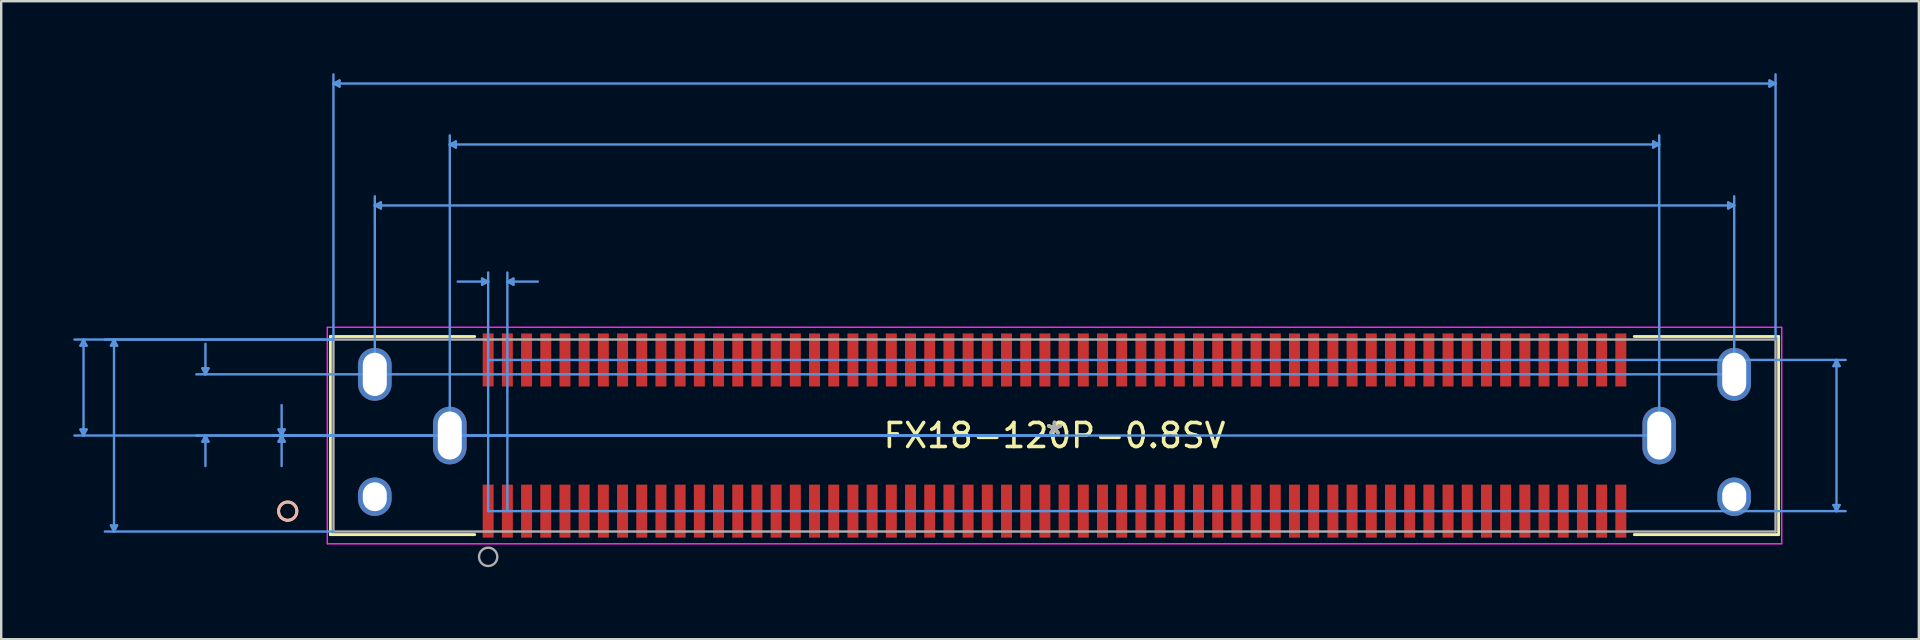
<source format=kicad_pcb>
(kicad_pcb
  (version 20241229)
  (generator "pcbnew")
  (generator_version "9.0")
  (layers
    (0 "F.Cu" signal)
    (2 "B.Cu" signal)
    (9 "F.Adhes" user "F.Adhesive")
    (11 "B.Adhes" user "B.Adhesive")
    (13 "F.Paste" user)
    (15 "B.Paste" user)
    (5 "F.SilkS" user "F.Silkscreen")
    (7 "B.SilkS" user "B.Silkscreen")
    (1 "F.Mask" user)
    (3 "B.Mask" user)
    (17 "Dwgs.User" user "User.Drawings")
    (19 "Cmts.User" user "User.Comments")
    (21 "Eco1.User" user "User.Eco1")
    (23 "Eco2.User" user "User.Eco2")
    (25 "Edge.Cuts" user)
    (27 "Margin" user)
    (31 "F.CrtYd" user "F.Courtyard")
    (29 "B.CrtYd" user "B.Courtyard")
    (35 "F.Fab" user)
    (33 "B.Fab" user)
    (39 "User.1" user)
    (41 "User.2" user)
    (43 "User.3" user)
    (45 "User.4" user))
  (footprint "FX18-120P-0.8SV"
    (layer "F.Cu")
    (at 40.893 15.1)
    (property "Reference" "FX18-120P-0.8SV" (at 0 0 0) (layer "F.SilkS") (effects (font (size 1 1) (thickness 0.15))))
    (attr through_hole)
    (fp_line (start -30.175 -4.128) (end -30.175 4.128) (stroke (width 0.12) (type solid)) (layer "F.SilkS"))
    (fp_line (start -30.175 4.128) (end -24.161 4.128) (stroke (width 0.12) (type solid)) (layer "F.SilkS"))
    (fp_line (start -24.161 -4.128) (end -30.175 -4.128) (stroke (width 0.12) (type solid)) (layer "F.SilkS"))
    (fp_line (start 24.161 4.128) (end 30.175 4.128) (stroke (width 0.12) (type solid)) (layer "F.SilkS"))
    (fp_line (start 30.175 -4.128) (end 24.161 -4.128) (stroke (width 0.12) (type solid)) (layer "F.SilkS"))
    (fp_line (start 30.175 4.128) (end 30.175 -4.128) (stroke (width 0.12) (type solid)) (layer "F.SilkS"))
    (fp_circle (center -31.953 3.15) (end -31.572 3.15) (stroke (width 0.12) (type solid)) (fill no) (layer "F.SilkS"))
    (fp_circle (center -31.953 3.15) (end -31.572 3.15) (stroke (width 0.12) (type solid)) (fill no) (layer "B.SilkS"))
    (fp_line (start -40.589 -3.747) (end -40.335 -3.747) (stroke (width 0.1) (type solid)) (layer "Cmts.User"))
    (fp_line (start -40.589 -0.254) (end -40.335 -0.254) (stroke (width 0.1) (type solid)) (layer "Cmts.User"))
    (fp_line (start -40.462 -4) (end -40.589 -3.747) (stroke (width 0.1) (type solid)) (layer "Cmts.User"))
    (fp_line (start -40.462 -4) (end -40.462 0) (stroke (width 0.1) (type solid)) (layer "Cmts.User"))
    (fp_line (start -40.462 -4) (end -40.335 -3.747) (stroke (width 0.1) (type solid)) (layer "Cmts.User"))
    (fp_line (start -40.462 0) (end -40.589 -0.254) (stroke (width 0.1) (type solid)) (layer "Cmts.User"))
    (fp_line (start -40.462 0) (end -40.335 -0.254) (stroke (width 0.1) (type solid)) (layer "Cmts.User"))
    (fp_line (start -39.319 -3.747) (end -39.065 -3.747) (stroke (width 0.1) (type solid)) (layer "Cmts.User"))
    (fp_line (start -39.319 3.747) (end -39.065 3.747) (stroke (width 0.1) (type solid)) (layer "Cmts.User"))
    (fp_line (start -39.192 -4) (end -39.319 -3.747) (stroke (width 0.1) (type solid)) (layer "Cmts.User"))
    (fp_line (start -39.192 -4) (end -39.192 4) (stroke (width 0.1) (type solid)) (layer "Cmts.User"))
    (fp_line (start -39.192 -4) (end -39.065 -3.747) (stroke (width 0.1) (type solid)) (layer "Cmts.User"))
    (fp_line (start -39.192 4) (end -39.319 3.747) (stroke (width 0.1) (type solid)) (layer "Cmts.User"))
    (fp_line (start -39.192 4) (end -39.065 3.747) (stroke (width 0.1) (type solid)) (layer "Cmts.User"))
    (fp_line (start -35.509 -2.804) (end -35.255 -2.804) (stroke (width 0.1) (type solid)) (layer "Cmts.User"))
    (fp_line (start -35.509 0.254) (end -35.255 0.254) (stroke (width 0.1) (type solid)) (layer "Cmts.User"))
    (fp_line (start -35.382 -2.55) (end -35.509 -2.804) (stroke (width 0.1) (type solid)) (layer "Cmts.User"))
    (fp_line (start -35.382 -2.55) (end -35.382 -3.82) (stroke (width 0.1) (type solid)) (layer "Cmts.User"))
    (fp_line (start -35.382 -2.55) (end -35.255 -2.804) (stroke (width 0.1) (type solid)) (layer "Cmts.User"))
    (fp_line (start -35.382 0) (end -35.509 0.254) (stroke (width 0.1) (type solid)) (layer "Cmts.User"))
    (fp_line (start -35.382 0) (end -35.382 1.27) (stroke (width 0.1) (type solid)) (layer "Cmts.User"))
    (fp_line (start -35.382 0) (end -35.255 0.254) (stroke (width 0.1) (type solid)) (layer "Cmts.User"))
    (fp_line (start -32.334 -0.254) (end -32.08 -0.254) (stroke (width 0.1) (type solid)) (layer "Cmts.User"))
    (fp_line (start -32.334 0.254) (end -32.08 0.254) (stroke (width 0.1) (type solid)) (layer "Cmts.User"))
    (fp_line (start -32.207 0) (end -32.334 -0.254) (stroke (width 0.1) (type solid)) (layer "Cmts.User"))
    (fp_line (start -32.207 0) (end -32.334 0.254) (stroke (width 0.1) (type solid)) (layer "Cmts.User"))
    (fp_line (start -32.207 0) (end -32.207 -1.27) (stroke (width 0.1) (type solid)) (layer "Cmts.User"))
    (fp_line (start -32.207 0) (end -32.207 1.27) (stroke (width 0.1) (type solid)) (layer "Cmts.User"))
    (fp_line (start -32.207 0) (end -32.08 -0.254) (stroke (width 0.1) (type solid)) (layer "Cmts.User"))
    (fp_line (start -32.207 0) (end -32.08 0.254) (stroke (width 0.1) (type solid)) (layer "Cmts.User"))
    (fp_line (start -30.048 -14.669) (end -29.794 -14.796) (stroke (width 0.1) (type solid)) (layer "Cmts.User"))
    (fp_line (start -30.048 -14.669) (end -29.794 -14.542) (stroke (width 0.1) (type solid)) (layer "Cmts.User"))
    (fp_line (start -30.048 -14.669) (end 30.048 -14.669) (stroke (width 0.1) (type solid)) (layer "Cmts.User"))
    (fp_line (start -30.048 -4) (end -40.843 -4) (stroke (width 0.1) (type solid)) (layer "Cmts.User"))
    (fp_line (start -30.048 -4) (end -39.573 -4) (stroke (width 0.1) (type solid)) (layer "Cmts.User"))
    (fp_line (start -30.048 -4) (end -30.048 -15.05) (stroke (width 0.1) (type solid)) (layer "Cmts.User"))
    (fp_line (start -30.048 4) (end -39.573 4) (stroke (width 0.1) (type solid)) (layer "Cmts.User"))
    (fp_line (start -29.794 -14.796) (end -29.794 -14.542) (stroke (width 0.1) (type solid)) (layer "Cmts.User"))
    (fp_line (start -28.325 -9.589) (end -28.071 -9.716) (stroke (width 0.1) (type solid)) (layer "Cmts.User"))
    (fp_line (start -28.325 -9.589) (end -28.071 -9.462) (stroke (width 0.1) (type solid)) (layer "Cmts.User"))
    (fp_line (start -28.325 -9.589) (end 28.325 -9.589) (stroke (width 0.1) (type solid)) (layer "Cmts.User"))
    (fp_line (start -28.325 -2.55) (end -28.325 -9.97) (stroke (width 0.1) (type solid)) (layer "Cmts.User"))
    (fp_line (start -28.071 -9.716) (end -28.071 -9.462) (stroke (width 0.1) (type solid)) (layer "Cmts.User"))
    (fp_line (start -25.2 -12.129) (end -24.946 -12.256) (stroke (width 0.1) (type solid)) (layer "Cmts.User"))
    (fp_line (start -25.2 -12.129) (end -24.946 -12.002) (stroke (width 0.1) (type solid)) (layer "Cmts.User"))
    (fp_line (start -25.2 -12.129) (end 25.2 -12.129) (stroke (width 0.1) (type solid)) (layer "Cmts.User"))
    (fp_line (start -25.2 0) (end -25.2 -12.51) (stroke (width 0.1) (type solid)) (layer "Cmts.User"))
    (fp_line (start -24.946 -12.256) (end -24.946 -12.002) (stroke (width 0.1) (type solid)) (layer "Cmts.User"))
    (fp_line (start -23.854 -6.541) (end -23.854 -6.287) (stroke (width 0.1) (type solid)) (layer "Cmts.User"))
    (fp_line (start -23.6 -6.414) (end -24.87 -6.414) (stroke (width 0.1) (type solid)) (layer "Cmts.User"))
    (fp_line (start -23.6 -6.414) (end -23.854 -6.541) (stroke (width 0.1) (type solid)) (layer "Cmts.User"))
    (fp_line (start -23.6 -6.414) (end -23.854 -6.287) (stroke (width 0.1) (type solid)) (layer "Cmts.User"))
    (fp_line (start -23.6 -3.15) (end 32.969 -3.15) (stroke (width 0.1) (type solid)) (layer "Cmts.User"))
    (fp_line (start -23.6 3.15) (end -23.6 -6.795) (stroke (width 0.1) (type solid)) (layer "Cmts.User"))
    (fp_line (start -23.6 3.15) (end 32.969 3.15) (stroke (width 0.1) (type solid)) (layer "Cmts.User"))
    (fp_line (start -22.8 -6.414) (end -22.546 -6.541) (stroke (width 0.1) (type solid)) (layer "Cmts.User"))
    (fp_line (start -22.8 -6.414) (end -22.546 -6.287) (stroke (width 0.1) (type solid)) (layer "Cmts.User"))
    (fp_line (start -22.8 -6.414) (end -21.53 -6.414) (stroke (width 0.1) (type solid)) (layer "Cmts.User"))
    (fp_line (start -22.8 3.15) (end -22.8 -6.795) (stroke (width 0.1) (type solid)) (layer "Cmts.User"))
    (fp_line (start -22.546 -6.541) (end -22.546 -6.287) (stroke (width 0.1) (type solid)) (layer "Cmts.User"))
    (fp_line (start 0 0) (end -40.843 0) (stroke (width 0.1) (type solid)) (layer "Cmts.User"))
    (fp_line (start 0 0) (end -35.763 0) (stroke (width 0.1) (type solid)) (layer "Cmts.User"))
    (fp_line (start 0 0) (end -32.588 0) (stroke (width 0.1) (type solid)) (layer "Cmts.User"))
    (fp_line (start 24.946 -12.256) (end 24.946 -12.002) (stroke (width 0.1) (type solid)) (layer "Cmts.User"))
    (fp_line (start 25.2 -12.129) (end 24.946 -12.256) (stroke (width 0.1) (type solid)) (layer "Cmts.User"))
    (fp_line (start 25.2 -12.129) (end 24.946 -12.002) (stroke (width 0.1) (type solid)) (layer "Cmts.User"))
    (fp_line (start 25.2 0) (end -32.588 0) (stroke (width 0.1) (type solid)) (layer "Cmts.User"))
    (fp_line (start 25.2 0) (end 25.2 -12.51) (stroke (width 0.1) (type solid)) (layer "Cmts.User"))
    (fp_line (start 28.071 -9.716) (end 28.071 -9.462) (stroke (width 0.1) (type solid)) (layer "Cmts.User"))
    (fp_line (start 28.325 -9.589) (end 28.071 -9.716) (stroke (width 0.1) (type solid)) (layer "Cmts.User"))
    (fp_line (start 28.325 -9.589) (end 28.071 -9.462) (stroke (width 0.1) (type solid)) (layer "Cmts.User"))
    (fp_line (start 28.325 -2.55) (end -35.763 -2.55) (stroke (width 0.1) (type solid)) (layer "Cmts.User"))
    (fp_line (start 28.325 -2.55) (end 28.325 -9.97) (stroke (width 0.1) (type solid)) (layer "Cmts.User"))
    (fp_line (start 29.794 -14.796) (end 29.794 -14.542) (stroke (width 0.1) (type solid)) (layer "Cmts.User"))
    (fp_line (start 30.048 -14.669) (end 29.794 -14.796) (stroke (width 0.1) (type solid)) (layer "Cmts.User"))
    (fp_line (start 30.048 -14.669) (end 29.794 -14.542) (stroke (width 0.1) (type solid)) (layer "Cmts.User"))
    (fp_line (start 30.048 -4) (end 30.048 -15.05) (stroke (width 0.1) (type solid)) (layer "Cmts.User"))
    (fp_line (start 32.461 -2.896) (end 32.715 -2.896) (stroke (width 0.1) (type solid)) (layer "Cmts.User"))
    (fp_line (start 32.461 2.896) (end 32.715 2.896) (stroke (width 0.1) (type solid)) (layer "Cmts.User"))
    (fp_line (start 32.588 -3.15) (end 32.461 -2.896) (stroke (width 0.1) (type solid)) (layer "Cmts.User"))
    (fp_line (start 32.588 -3.15) (end 32.588 3.15) (stroke (width 0.1) (type solid)) (layer "Cmts.User"))
    (fp_line (start 32.588 -3.15) (end 32.715 -2.896) (stroke (width 0.1) (type solid)) (layer "Cmts.User"))
    (fp_line (start 32.588 3.15) (end 32.461 2.896) (stroke (width 0.1) (type solid)) (layer "Cmts.User"))
    (fp_line (start 32.588 3.15) (end 32.715 2.896) (stroke (width 0.1) (type solid)) (layer "Cmts.User"))
    (fp_line (start -30.302 -4.509) (end -30.302 4.509) (stroke (width 0.05) (type solid)) (layer "F.CrtYd"))
    (fp_line (start -30.302 -4.509) (end -30.302 4.509) (stroke (width 0.05) (type solid)) (layer "F.CrtYd"))
    (fp_line (start -30.302 4.509) (end 30.302 4.509) (stroke (width 0.05) (type solid)) (layer "F.CrtYd"))
    (fp_line (start -30.302 4.509) (end 30.302 4.509) (stroke (width 0.05) (type solid)) (layer "F.CrtYd"))
    (fp_line (start 30.302 -4.509) (end -30.302 -4.509) (stroke (width 0.05) (type solid)) (layer "F.CrtYd"))
    (fp_line (start 30.302 -4.509) (end -30.302 -4.509) (stroke (width 0.05) (type solid)) (layer "F.CrtYd"))
    (fp_line (start 30.302 4.509) (end 30.302 -4.509) (stroke (width 0.05) (type solid)) (layer "F.CrtYd"))
    (fp_line (start 30.302 4.509) (end 30.302 -4.509) (stroke (width 0.05) (type solid)) (layer "F.CrtYd"))
    (fp_line (start -30.048 -4) (end -30.048 4) (stroke (width 0.1) (type solid)) (layer "F.Fab"))
    (fp_line (start -30.048 4) (end 30.048 4) (stroke (width 0.1) (type solid)) (layer "F.Fab"))
    (fp_line (start 30.048 -4) (end -30.048 -4) (stroke (width 0.1) (type solid)) (layer "F.Fab"))
    (fp_line (start 30.048 4) (end 30.048 -4) (stroke (width 0.1) (type solid)) (layer "F.Fab"))
    (fp_circle (center -23.6 5.055) (end -23.219 5.055) (stroke (width 0.1) (type solid)) (fill no) (layer "F.Fab"))
    (fp_text user "*" (at 0 0 0) (layer "F.SilkS") (effects (font (size 1 1) (thickness 0.15))))
    (fp_text user "Copyright 2021 Accelerated Designs. All rights reserved." (at 0 0 0) (layer "Cmts.User") (effects (font (size 0.127 0.127) (thickness 0.002))))
    (fp_text user "*" (at 0 0 0) (layer "F.Fab") (effects (font (size 1 1) (thickness 0.15))))
    (pad "1" smd rect (at -23.6 3.15) (size 0.457 2.21) (layers "F.Cu" "F.Mask" "F.Paste"))
    (pad "2" smd rect (at -22.8 3.15) (size 0.457 2.21) (layers "F.Cu" "F.Mask" "F.Paste"))
    (pad "3" smd rect (at -22 3.15) (size 0.457 2.21) (layers "F.Cu" "F.Mask" "F.Paste"))
    (pad "4" smd rect (at -21.2 3.15) (size 0.457 2.21) (layers "F.Cu" "F.Mask" "F.Paste"))
    (pad "5" smd rect (at -20.4 3.15) (size 0.457 2.21) (layers "F.Cu" "F.Mask" "F.Paste"))
    (pad "6" smd rect (at -19.6 3.15) (size 0.457 2.21) (layers "F.Cu" "F.Mask" "F.Paste"))
    (pad "7" smd rect (at -18.8 3.15) (size 0.457 2.21) (layers "F.Cu" "F.Mask" "F.Paste"))
    (pad "8" smd rect (at -18 3.15) (size 0.457 2.21) (layers "F.Cu" "F.Mask" "F.Paste"))
    (pad "9" smd rect (at -17.2 3.15) (size 0.457 2.21) (layers "F.Cu" "F.Mask" "F.Paste"))
    (pad "10" smd rect (at -16.4 3.15) (size 0.457 2.21) (layers "F.Cu" "F.Mask" "F.Paste"))
    (pad "11" smd rect (at -15.6 3.15) (size 0.457 2.21) (layers "F.Cu" "F.Mask" "F.Paste"))
    (pad "12" smd rect (at -14.8 3.15) (size 0.457 2.21) (layers "F.Cu" "F.Mask" "F.Paste"))
    (pad "13" smd rect (at -14 3.15) (size 0.457 2.21) (layers "F.Cu" "F.Mask" "F.Paste"))
    (pad "14" smd rect (at -13.2 3.15) (size 0.457 2.21) (layers "F.Cu" "F.Mask" "F.Paste"))
    (pad "15" smd rect (at -12.4 3.15) (size 0.457 2.21) (layers "F.Cu" "F.Mask" "F.Paste"))
    (pad "16" smd rect (at -11.6 3.15) (size 0.457 2.21) (layers "F.Cu" "F.Mask" "F.Paste"))
    (pad "17" smd rect (at -10.8 3.15) (size 0.457 2.21) (layers "F.Cu" "F.Mask" "F.Paste"))
    (pad "18" smd rect (at -10 3.15) (size 0.457 2.21) (layers "F.Cu" "F.Mask" "F.Paste"))
    (pad "19" smd rect (at -9.2 3.15) (size 0.457 2.21) (layers "F.Cu" "F.Mask" "F.Paste"))
    (pad "20" smd rect (at -8.4 3.15) (size 0.457 2.21) (layers "F.Cu" "F.Mask" "F.Paste"))
    (pad "21" smd rect (at -7.6 3.15) (size 0.457 2.21) (layers "F.Cu" "F.Mask" "F.Paste"))
    (pad "22" smd rect (at -6.8 3.15) (size 0.457 2.21) (layers "F.Cu" "F.Mask" "F.Paste"))
    (pad "23" smd rect (at -6 3.15) (size 0.457 2.21) (layers "F.Cu" "F.Mask" "F.Paste"))
    (pad "24" smd rect (at -5.2 3.15) (size 0.457 2.21) (layers "F.Cu" "F.Mask" "F.Paste"))
    (pad "25" smd rect (at -4.4 3.15) (size 0.457 2.21) (layers "F.Cu" "F.Mask" "F.Paste"))
    (pad "26" smd rect (at -3.6 3.15) (size 0.457 2.21) (layers "F.Cu" "F.Mask" "F.Paste"))
    (pad "27" smd rect (at -2.8 3.15) (size 0.457 2.21) (layers "F.Cu" "F.Mask" "F.Paste"))
    (pad "28" smd rect (at -2 3.15) (size 0.457 2.21) (layers "F.Cu" "F.Mask" "F.Paste"))
    (pad "29" smd rect (at -1.2 3.15) (size 0.457 2.21) (layers "F.Cu" "F.Mask" "F.Paste"))
    (pad "30" smd rect (at -0.4 3.15) (size 0.457 2.21) (layers "F.Cu" "F.Mask" "F.Paste"))
    (pad "31" smd rect (at 0.4 3.15) (size 0.457 2.21) (layers "F.Cu" "F.Mask" "F.Paste"))
    (pad "32" smd rect (at 1.2 3.15) (size 0.457 2.21) (layers "F.Cu" "F.Mask" "F.Paste"))
    (pad "33" smd rect (at 2 3.15) (size 0.457 2.21) (layers "F.Cu" "F.Mask" "F.Paste"))
    (pad "34" smd rect (at 2.8 3.15) (size 0.457 2.21) (layers "F.Cu" "F.Mask" "F.Paste"))
    (pad "35" smd rect (at 3.6 3.15) (size 0.457 2.21) (layers "F.Cu" "F.Mask" "F.Paste"))
    (pad "36" smd rect (at 4.4 3.15) (size 0.457 2.21) (layers "F.Cu" "F.Mask" "F.Paste"))
    (pad "37" smd rect (at 5.2 3.15) (size 0.457 2.21) (layers "F.Cu" "F.Mask" "F.Paste"))
    (pad "38" smd rect (at 6 3.15) (size 0.457 2.21) (layers "F.Cu" "F.Mask" "F.Paste"))
    (pad "39" smd rect (at 6.8 3.15) (size 0.457 2.21) (layers "F.Cu" "F.Mask" "F.Paste"))
    (pad "40" smd rect (at 7.6 3.15) (size 0.457 2.21) (layers "F.Cu" "F.Mask" "F.Paste"))
    (pad "41" smd rect (at 8.4 3.15) (size 0.457 2.21) (layers "F.Cu" "F.Mask" "F.Paste"))
    (pad "42" smd rect (at 9.2 3.15) (size 0.457 2.21) (layers "F.Cu" "F.Mask" "F.Paste"))
    (pad "43" smd rect (at 10 3.15) (size 0.457 2.21) (layers "F.Cu" "F.Mask" "F.Paste"))
    (pad "44" smd rect (at 10.8 3.15) (size 0.457 2.21) (layers "F.Cu" "F.Mask" "F.Paste"))
    (pad "45" smd rect (at 11.6 3.15) (size 0.457 2.21) (layers "F.Cu" "F.Mask" "F.Paste"))
    (pad "46" smd rect (at 12.4 3.15) (size 0.457 2.21) (layers "F.Cu" "F.Mask" "F.Paste"))
    (pad "47" smd rect (at 13.2 3.15) (size 0.457 2.21) (layers "F.Cu" "F.Mask" "F.Paste"))
    (pad "48" smd rect (at 14 3.15) (size 0.457 2.21) (layers "F.Cu" "F.Mask" "F.Paste"))
    (pad "49" smd rect (at 14.8 3.15) (size 0.457 2.21) (layers "F.Cu" "F.Mask" "F.Paste"))
    (pad "50" smd rect (at 15.6 3.15) (size 0.457 2.21) (layers "F.Cu" "F.Mask" "F.Paste"))
    (pad "51" smd rect (at 16.4 3.15) (size 0.457 2.21) (layers "F.Cu" "F.Mask" "F.Paste"))
    (pad "52" smd rect (at 17.2 3.15) (size 0.457 2.21) (layers "F.Cu" "F.Mask" "F.Paste"))
    (pad "53" smd rect (at 18 3.15) (size 0.457 2.21) (layers "F.Cu" "F.Mask" "F.Paste"))
    (pad "54" smd rect (at 18.8 3.15) (size 0.457 2.21) (layers "F.Cu" "F.Mask" "F.Paste"))
    (pad "55" smd rect (at 19.6 3.15) (size 0.457 2.21) (layers "F.Cu" "F.Mask" "F.Paste"))
    (pad "56" smd rect (at 20.4 3.15) (size 0.457 2.21) (layers "F.Cu" "F.Mask" "F.Paste"))
    (pad "57" smd rect (at 21.2 3.15) (size 0.457 2.21) (layers "F.Cu" "F.Mask" "F.Paste"))
    (pad "58" smd rect (at 22 3.15) (size 0.457 2.21) (layers "F.Cu" "F.Mask" "F.Paste"))
    (pad "59" smd rect (at 22.8 3.15) (size 0.457 2.21) (layers "F.Cu" "F.Mask" "F.Paste"))
    (pad "60" smd rect (at 23.6 3.15) (size 0.457 2.21) (layers "F.Cu" "F.Mask" "F.Paste"))
    (pad "61" smd rect (at -23.6 -3.15) (size 0.457 2.21) (layers "F.Cu" "F.Mask" "F.Paste"))
    (pad "62" smd rect (at -22.8 -3.15) (size 0.457 2.21) (layers "F.Cu" "F.Mask" "F.Paste"))
    (pad "63" smd rect (at -22 -3.15) (size 0.457 2.21) (layers "F.Cu" "F.Mask" "F.Paste"))
    (pad "64" smd rect (at -21.2 -3.15) (size 0.457 2.21) (layers "F.Cu" "F.Mask" "F.Paste"))
    (pad "65" smd rect (at -20.4 -3.15) (size 0.457 2.21) (layers "F.Cu" "F.Mask" "F.Paste"))
    (pad "66" smd rect (at -19.6 -3.15) (size 0.457 2.21) (layers "F.Cu" "F.Mask" "F.Paste"))
    (pad "67" smd rect (at -18.8 -3.15) (size 0.457 2.21) (layers "F.Cu" "F.Mask" "F.Paste"))
    (pad "68" smd rect (at -18 -3.15) (size 0.457 2.21) (layers "F.Cu" "F.Mask" "F.Paste"))
    (pad "69" smd rect (at -17.2 -3.15) (size 0.457 2.21) (layers "F.Cu" "F.Mask" "F.Paste"))
    (pad "70" smd rect (at -16.4 -3.15) (size 0.457 2.21) (layers "F.Cu" "F.Mask" "F.Paste"))
    (pad "71" smd rect (at -15.6 -3.15) (size 0.457 2.21) (layers "F.Cu" "F.Mask" "F.Paste"))
    (pad "72" smd rect (at -14.8 -3.15) (size 0.457 2.21) (layers "F.Cu" "F.Mask" "F.Paste"))
    (pad "73" smd rect (at -14 -3.15) (size 0.457 2.21) (layers "F.Cu" "F.Mask" "F.Paste"))
    (pad "74" smd rect (at -13.2 -3.15) (size 0.457 2.21) (layers "F.Cu" "F.Mask" "F.Paste"))
    (pad "75" smd rect (at -12.4 -3.15) (size 0.457 2.21) (layers "F.Cu" "F.Mask" "F.Paste"))
    (pad "76" smd rect (at -11.6 -3.15) (size 0.457 2.21) (layers "F.Cu" "F.Mask" "F.Paste"))
    (pad "77" smd rect (at -10.8 -3.15) (size 0.457 2.21) (layers "F.Cu" "F.Mask" "F.Paste"))
    (pad "78" smd rect (at -10 -3.15) (size 0.457 2.21) (layers "F.Cu" "F.Mask" "F.Paste"))
    (pad "79" smd rect (at -9.2 -3.15) (size 0.457 2.21) (layers "F.Cu" "F.Mask" "F.Paste"))
    (pad "80" smd rect (at -8.4 -3.15) (size 0.457 2.21) (layers "F.Cu" "F.Mask" "F.Paste"))
    (pad "81" smd rect (at -7.6 -3.15) (size 0.457 2.21) (layers "F.Cu" "F.Mask" "F.Paste"))
    (pad "82" smd rect (at -6.8 -3.15) (size 0.457 2.21) (layers "F.Cu" "F.Mask" "F.Paste"))
    (pad "83" smd rect (at -6 -3.15) (size 0.457 2.21) (layers "F.Cu" "F.Mask" "F.Paste"))
    (pad "84" smd rect (at -5.2 -3.15) (size 0.457 2.21) (layers "F.Cu" "F.Mask" "F.Paste"))
    (pad "85" smd rect (at -4.4 -3.15) (size 0.457 2.21) (layers "F.Cu" "F.Mask" "F.Paste"))
    (pad "86" smd rect (at -3.6 -3.15) (size 0.457 2.21) (layers "F.Cu" "F.Mask" "F.Paste"))
    (pad "87" smd rect (at -2.8 -3.15) (size 0.457 2.21) (layers "F.Cu" "F.Mask" "F.Paste"))
    (pad "88" smd rect (at -2 -3.15) (size 0.457 2.21) (layers "F.Cu" "F.Mask" "F.Paste"))
    (pad "89" smd rect (at -1.2 -3.15) (size 0.457 2.21) (layers "F.Cu" "F.Mask" "F.Paste"))
    (pad "90" smd rect (at -0.4 -3.15) (size 0.457 2.21) (layers "F.Cu" "F.Mask" "F.Paste"))
    (pad "91" smd rect (at 0.4 -3.15) (size 0.457 2.21) (layers "F.Cu" "F.Mask" "F.Paste"))
    (pad "92" smd rect (at 1.2 -3.15) (size 0.457 2.21) (layers "F.Cu" "F.Mask" "F.Paste"))
    (pad "93" smd rect (at 2 -3.15) (size 0.457 2.21) (layers "F.Cu" "F.Mask" "F.Paste"))
    (pad "94" smd rect (at 2.8 -3.15) (size 0.457 2.21) (layers "F.Cu" "F.Mask" "F.Paste"))
    (pad "95" smd rect (at 3.6 -3.15) (size 0.457 2.21) (layers "F.Cu" "F.Mask" "F.Paste"))
    (pad "96" smd rect (at 4.4 -3.15) (size 0.457 2.21) (layers "F.Cu" "F.Mask" "F.Paste"))
    (pad "97" smd rect (at 5.2 -3.15) (size 0.457 2.21) (layers "F.Cu" "F.Mask" "F.Paste"))
    (pad "98" smd rect (at 6 -3.15) (size 0.457 2.21) (layers "F.Cu" "F.Mask" "F.Paste"))
    (pad "99" smd rect (at 6.8 -3.15) (size 0.457 2.21) (layers "F.Cu" "F.Mask" "F.Paste"))
    (pad "100" smd rect (at 7.6 -3.15) (size 0.457 2.21) (layers "F.Cu" "F.Mask" "F.Paste"))
    (pad "101" smd rect (at 8.4 -3.15) (size 0.457 2.21) (layers "F.Cu" "F.Mask" "F.Paste"))
    (pad "102" smd rect (at 9.2 -3.15) (size 0.457 2.21) (layers "F.Cu" "F.Mask" "F.Paste"))
    (pad "103" smd rect (at 10 -3.15) (size 0.457 2.21) (layers "F.Cu" "F.Mask" "F.Paste"))
    (pad "104" smd rect (at 10.8 -3.15) (size 0.457 2.21) (layers "F.Cu" "F.Mask" "F.Paste"))
    (pad "105" smd rect (at 11.6 -3.15) (size 0.457 2.21) (layers "F.Cu" "F.Mask" "F.Paste"))
    (pad "106" smd rect (at 12.4 -3.15) (size 0.457 2.21) (layers "F.Cu" "F.Mask" "F.Paste"))
    (pad "107" smd rect (at 13.2 -3.15) (size 0.457 2.21) (layers "F.Cu" "F.Mask" "F.Paste"))
    (pad "108" smd rect (at 14 -3.15) (size 0.457 2.21) (layers "F.Cu" "F.Mask" "F.Paste"))
    (pad "109" smd rect (at 14.8 -3.15) (size 0.457 2.21) (layers "F.Cu" "F.Mask" "F.Paste"))
    (pad "110" smd rect (at 15.6 -3.15) (size 0.457 2.21) (layers "F.Cu" "F.Mask" "F.Paste"))
    (pad "111" smd rect (at 16.4 -3.15) (size 0.457 2.21) (layers "F.Cu" "F.Mask" "F.Paste"))
    (pad "112" smd rect (at 17.2 -3.15) (size 0.457 2.21) (layers "F.Cu" "F.Mask" "F.Paste"))
    (pad "113" smd rect (at 18 -3.15) (size 0.457 2.21) (layers "F.Cu" "F.Mask" "F.Paste"))
    (pad "114" smd rect (at 18.8 -3.15) (size 0.457 2.21) (layers "F.Cu" "F.Mask" "F.Paste"))
    (pad "115" smd rect (at 19.6 -3.15) (size 0.457 2.21) (layers "F.Cu" "F.Mask" "F.Paste"))
    (pad "116" smd rect (at 20.4 -3.15) (size 0.457 2.21) (layers "F.Cu" "F.Mask" "F.Paste"))
    (pad "117" smd rect (at 21.2 -3.15) (size 0.457 2.21) (layers "F.Cu" "F.Mask" "F.Paste"))
    (pad "118" smd rect (at 22 -3.15) (size 0.457 2.21) (layers "F.Cu" "F.Mask" "F.Paste"))
    (pad "119" smd rect (at 22.8 -3.15) (size 0.457 2.21) (layers "F.Cu" "F.Mask" "F.Paste"))
    (pad "120" smd rect (at 23.6 -3.15) (size 0.457 2.21) (layers "F.Cu" "F.Mask" "F.Paste"))
    (pad "MA1" thru_hole oval (at -28.325 -2.55) (size 1.4 2.2) (drill oval 1 1.8) (layers "*.Cu" "*.Mask"))
    (pad "MA1" thru_hole oval (at -28.325 2.55) (size 1.4 1.6) (drill oval 1 1.2) (layers "*.Cu" "*.Mask"))
    (pad "MA2" thru_hole oval (at 28.325 -2.55) (size 1.4 2.2) (drill oval 1 1.8) (layers "*.Cu" "*.Mask"))
    (pad "MA2" thru_hole oval (at 28.325 2.55) (size 1.4 1.6) (drill oval 1 1.2) (layers "*.Cu" "*.Mask"))
    (pad "MB1" thru_hole oval (at -25.2 0) (size 1.4 2.4) (drill oval 1 2) (layers "*.Cu" "*.Mask"))
    (pad "MB2" thru_hole oval (at 25.2 0) (size 1.4 2.4) (drill oval 1 2) (layers "*.Cu" "*.Mask")))
  (gr_rect
    (start -3 -3)
    (end 76.912 23.586)
    (stroke (width 0.1) (type default))
    (fill no)
    (layer "Edge.Cuts")))
</source>
